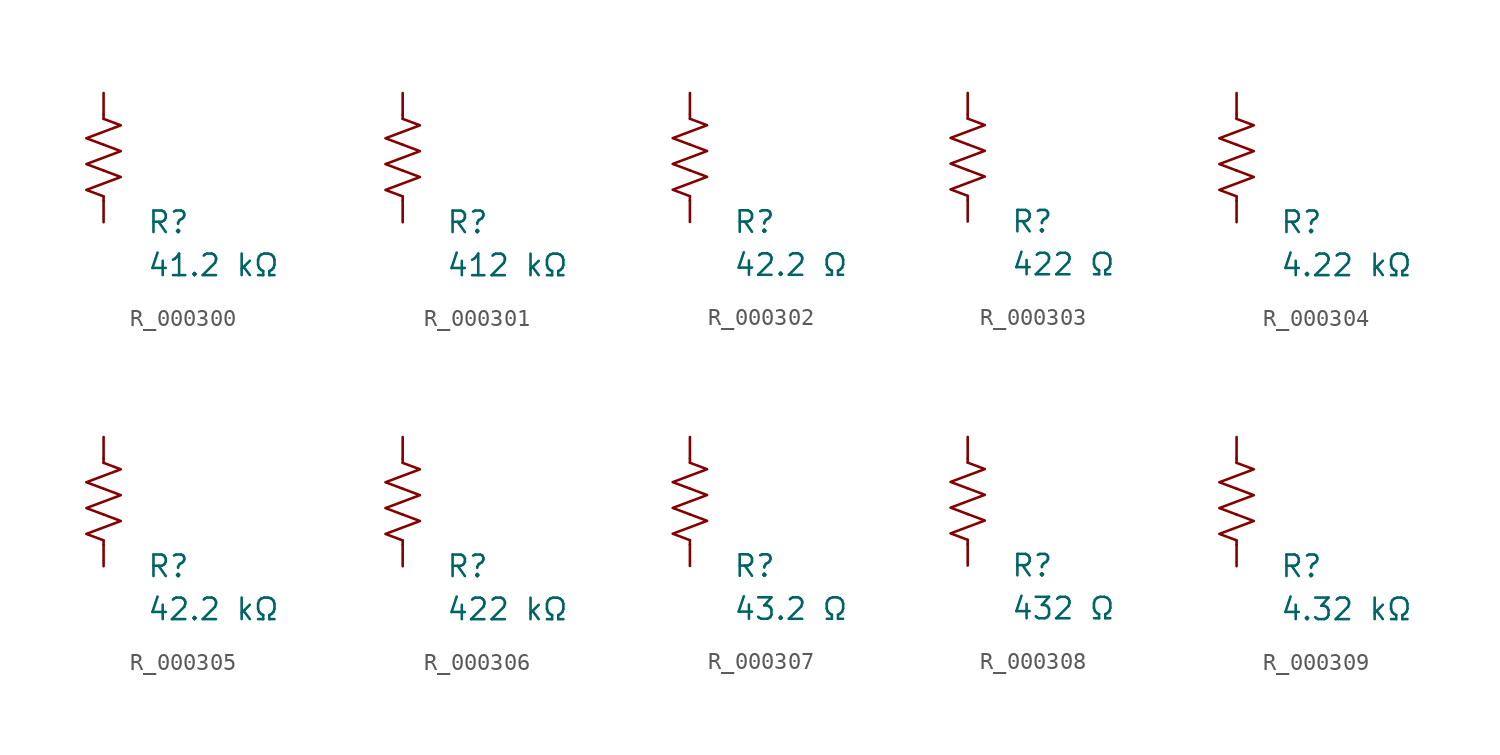
<source format=kicad_sym>
(kicad_symbol_lib
  (version 20231120)
  (generator "kicad_symbol_editor")
  (generator_version "8.0")
  (symbol "R_000300"
    (pin_numbers hide)
    (pin_names
      (offset 0))
    (property "Reference" "R"
      (at 2.54 -3.81 0)
      (effects (font (size 1.27 1.27)) (justify left))
      (show_name no))
    (property "Value" "41.2 kΩ"
      (at 2.54 -6.35 0)
      (effects (font (size 1.27 1.27)) (justify left))
      (show_name no))
    (symbol "R_000300_0_1"
      (polyline (pts (xy 0 -2.286) (xy 0 -2.54)) (stroke (width 0) (type default)) (fill (type none)))
      (polyline (pts (xy 0 2.286) (xy 0 2.54)) (stroke (width 0) (type default)) (fill (type none)))
      (polyline (pts (xy 0 -0.762) (xy 1.016 -1.143) (xy 0 -1.524) (xy -1.016 -1.905) (xy 0 -2.286)) (stroke (width 0) (type default)) (fill (type none)))
      (polyline (pts (xy 0 0.762) (xy 1.016 0.381) (xy 0 0) (xy -1.016 -0.381) (xy 0 -0.762)) (stroke (width 0) (type default)) (fill (type none)))
      (polyline (pts (xy 0 2.286) (xy 1.016 1.905) (xy 0 1.524) (xy -1.016 1.143) (xy 0 0.762)) (stroke (width 0) (type default)) (fill (type none))))
    (symbol "R_000300_1_1"
      (pin passive line (at 0 3.81 270) (length 1.27) (name "~" (effects (font (size 1.27 1.27)))) (number "1" (effects (font (size 1.27 1.27)))))
      (pin passive line (at 0 -3.81 90) (length 1.27) (name "~" (effects (font (size 1.27 1.27)))) (number "2" (effects (font (size 1.27 1.27)))))))
  (symbol "R_000301"
    (pin_numbers hide)
    (pin_names
      (offset 0))
    (property "Reference" "R"
      (at 2.54 -3.81 0)
      (effects (font (size 1.27 1.27)) (justify left))
      (show_name no))
    (property "Value" "412 kΩ"
      (at 2.54 -6.35 0)
      (effects (font (size 1.27 1.27)) (justify left))
      (show_name no))
    (symbol "R_000301_0_1"
      (polyline (pts (xy 0 -2.286) (xy 0 -2.54)) (stroke (width 0) (type default)) (fill (type none)))
      (polyline (pts (xy 0 2.286) (xy 0 2.54)) (stroke (width 0) (type default)) (fill (type none)))
      (polyline (pts (xy 0 -0.762) (xy 1.016 -1.143) (xy 0 -1.524) (xy -1.016 -1.905) (xy 0 -2.286)) (stroke (width 0) (type default)) (fill (type none)))
      (polyline (pts (xy 0 0.762) (xy 1.016 0.381) (xy 0 0) (xy -1.016 -0.381) (xy 0 -0.762)) (stroke (width 0) (type default)) (fill (type none)))
      (polyline (pts (xy 0 2.286) (xy 1.016 1.905) (xy 0 1.524) (xy -1.016 1.143) (xy 0 0.762)) (stroke (width 0) (type default)) (fill (type none))))
    (symbol "R_000301_1_1"
      (pin passive line (at 0 3.81 270) (length 1.27) (name "~" (effects (font (size 1.27 1.27)))) (number "1" (effects (font (size 1.27 1.27)))))
      (pin passive line (at 0 -3.81 90) (length 1.27) (name "~" (effects (font (size 1.27 1.27)))) (number "2" (effects (font (size 1.27 1.27)))))))
  (symbol "R_000302"
    (pin_numbers hide)
    (pin_names
      (offset 0))
    (property "Reference" "R"
      (at 2.54 -3.81 0)
      (effects (font (size 1.27 1.27)) (justify left))
      (show_name no))
    (property "Value" "42.2 Ω"
      (at 2.54 -6.35 0)
      (effects (font (size 1.27 1.27)) (justify left))
      (show_name no))
    (symbol "R_000302_0_1"
      (polyline (pts (xy 0 -2.286) (xy 0 -2.54)) (stroke (width 0) (type default)) (fill (type none)))
      (polyline (pts (xy 0 2.286) (xy 0 2.54)) (stroke (width 0) (type default)) (fill (type none)))
      (polyline (pts (xy 0 -0.762) (xy 1.016 -1.143) (xy 0 -1.524) (xy -1.016 -1.905) (xy 0 -2.286)) (stroke (width 0) (type default)) (fill (type none)))
      (polyline (pts (xy 0 0.762) (xy 1.016 0.381) (xy 0 0) (xy -1.016 -0.381) (xy 0 -0.762)) (stroke (width 0) (type default)) (fill (type none)))
      (polyline (pts (xy 0 2.286) (xy 1.016 1.905) (xy 0 1.524) (xy -1.016 1.143) (xy 0 0.762)) (stroke (width 0) (type default)) (fill (type none))))
    (symbol "R_000302_1_1"
      (pin passive line (at 0 3.81 270) (length 1.27) (name "~" (effects (font (size 1.27 1.27)))) (number "1" (effects (font (size 1.27 1.27)))))
      (pin passive line (at 0 -3.81 90) (length 1.27) (name "~" (effects (font (size 1.27 1.27)))) (number "2" (effects (font (size 1.27 1.27)))))))
  (symbol "R_000303"
    (pin_numbers hide)
    (pin_names
      (offset 0))
    (property "Reference" "R"
      (at 2.54 -3.81 0)
      (effects (font (size 1.27 1.27)) (justify left))
      (show_name no))
    (property "Value" "422 Ω"
      (at 2.54 -6.35 0)
      (effects (font (size 1.27 1.27)) (justify left))
      (show_name no))
    (symbol "R_000303_0_1"
      (polyline (pts (xy 0 -2.286) (xy 0 -2.54)) (stroke (width 0) (type default)) (fill (type none)))
      (polyline (pts (xy 0 2.286) (xy 0 2.54)) (stroke (width 0) (type default)) (fill (type none)))
      (polyline (pts (xy 0 -0.762) (xy 1.016 -1.143) (xy 0 -1.524) (xy -1.016 -1.905) (xy 0 -2.286)) (stroke (width 0) (type default)) (fill (type none)))
      (polyline (pts (xy 0 0.762) (xy 1.016 0.381) (xy 0 0) (xy -1.016 -0.381) (xy 0 -0.762)) (stroke (width 0) (type default)) (fill (type none)))
      (polyline (pts (xy 0 2.286) (xy 1.016 1.905) (xy 0 1.524) (xy -1.016 1.143) (xy 0 0.762)) (stroke (width 0) (type default)) (fill (type none))))
    (symbol "R_000303_1_1"
      (pin passive line (at 0 3.81 270) (length 1.27) (name "~" (effects (font (size 1.27 1.27)))) (number "1" (effects (font (size 1.27 1.27)))))
      (pin passive line (at 0 -3.81 90) (length 1.27) (name "~" (effects (font (size 1.27 1.27)))) (number "2" (effects (font (size 1.27 1.27)))))))
  (symbol "R_000304"
    (pin_numbers hide)
    (pin_names
      (offset 0))
    (property "Reference" "R"
      (at 2.54 -3.81 0)
      (effects (font (size 1.27 1.27)) (justify left))
      (show_name no))
    (property "Value" "4.22 kΩ"
      (at 2.54 -6.35 0)
      (effects (font (size 1.27 1.27)) (justify left))
      (show_name no))
    (symbol "R_000304_0_1"
      (polyline (pts (xy 0 -2.286) (xy 0 -2.54)) (stroke (width 0) (type default)) (fill (type none)))
      (polyline (pts (xy 0 2.286) (xy 0 2.54)) (stroke (width 0) (type default)) (fill (type none)))
      (polyline (pts (xy 0 -0.762) (xy 1.016 -1.143) (xy 0 -1.524) (xy -1.016 -1.905) (xy 0 -2.286)) (stroke (width 0) (type default)) (fill (type none)))
      (polyline (pts (xy 0 0.762) (xy 1.016 0.381) (xy 0 0) (xy -1.016 -0.381) (xy 0 -0.762)) (stroke (width 0) (type default)) (fill (type none)))
      (polyline (pts (xy 0 2.286) (xy 1.016 1.905) (xy 0 1.524) (xy -1.016 1.143) (xy 0 0.762)) (stroke (width 0) (type default)) (fill (type none))))
    (symbol "R_000304_1_1"
      (pin passive line (at 0 3.81 270) (length 1.27) (name "~" (effects (font (size 1.27 1.27)))) (number "1" (effects (font (size 1.27 1.27)))))
      (pin passive line (at 0 -3.81 90) (length 1.27) (name "~" (effects (font (size 1.27 1.27)))) (number "2" (effects (font (size 1.27 1.27)))))))
  (symbol "R_000305"
    (pin_numbers hide)
    (pin_names
      (offset 0))
    (property "Reference" "R"
      (at 2.54 -3.81 0)
      (effects (font (size 1.27 1.27)) (justify left))
      (show_name no))
    (property "Value" "42.2 kΩ"
      (at 2.54 -6.35 0)
      (effects (font (size 1.27 1.27)) (justify left))
      (show_name no))
    (symbol "R_000305_0_1"
      (polyline (pts (xy 0 -2.286) (xy 0 -2.54)) (stroke (width 0) (type default)) (fill (type none)))
      (polyline (pts (xy 0 2.286) (xy 0 2.54)) (stroke (width 0) (type default)) (fill (type none)))
      (polyline (pts (xy 0 -0.762) (xy 1.016 -1.143) (xy 0 -1.524) (xy -1.016 -1.905) (xy 0 -2.286)) (stroke (width 0) (type default)) (fill (type none)))
      (polyline (pts (xy 0 0.762) (xy 1.016 0.381) (xy 0 0) (xy -1.016 -0.381) (xy 0 -0.762)) (stroke (width 0) (type default)) (fill (type none)))
      (polyline (pts (xy 0 2.286) (xy 1.016 1.905) (xy 0 1.524) (xy -1.016 1.143) (xy 0 0.762)) (stroke (width 0) (type default)) (fill (type none))))
    (symbol "R_000305_1_1"
      (pin passive line (at 0 3.81 270) (length 1.27) (name "~" (effects (font (size 1.27 1.27)))) (number "1" (effects (font (size 1.27 1.27)))))
      (pin passive line (at 0 -3.81 90) (length 1.27) (name "~" (effects (font (size 1.27 1.27)))) (number "2" (effects (font (size 1.27 1.27)))))))
  (symbol "R_000306"
    (pin_numbers hide)
    (pin_names
      (offset 0))
    (property "Reference" "R"
      (at 2.54 -3.81 0)
      (effects (font (size 1.27 1.27)) (justify left))
      (show_name no))
    (property "Value" "422 kΩ"
      (at 2.54 -6.35 0)
      (effects (font (size 1.27 1.27)) (justify left))
      (show_name no))
    (symbol "R_000306_0_1"
      (polyline (pts (xy 0 -2.286) (xy 0 -2.54)) (stroke (width 0) (type default)) (fill (type none)))
      (polyline (pts (xy 0 2.286) (xy 0 2.54)) (stroke (width 0) (type default)) (fill (type none)))
      (polyline (pts (xy 0 -0.762) (xy 1.016 -1.143) (xy 0 -1.524) (xy -1.016 -1.905) (xy 0 -2.286)) (stroke (width 0) (type default)) (fill (type none)))
      (polyline (pts (xy 0 0.762) (xy 1.016 0.381) (xy 0 0) (xy -1.016 -0.381) (xy 0 -0.762)) (stroke (width 0) (type default)) (fill (type none)))
      (polyline (pts (xy 0 2.286) (xy 1.016 1.905) (xy 0 1.524) (xy -1.016 1.143) (xy 0 0.762)) (stroke (width 0) (type default)) (fill (type none))))
    (symbol "R_000306_1_1"
      (pin passive line (at 0 3.81 270) (length 1.27) (name "~" (effects (font (size 1.27 1.27)))) (number "1" (effects (font (size 1.27 1.27)))))
      (pin passive line (at 0 -3.81 90) (length 1.27) (name "~" (effects (font (size 1.27 1.27)))) (number "2" (effects (font (size 1.27 1.27)))))))
  (symbol "R_000307"
    (pin_numbers hide)
    (pin_names
      (offset 0))
    (property "Reference" "R"
      (at 2.54 -3.81 0)
      (effects (font (size 1.27 1.27)) (justify left))
      (show_name no))
    (property "Value" "43.2 Ω"
      (at 2.54 -6.35 0)
      (effects (font (size 1.27 1.27)) (justify left))
      (show_name no))
    (symbol "R_000307_0_1"
      (polyline (pts (xy 0 -2.286) (xy 0 -2.54)) (stroke (width 0) (type default)) (fill (type none)))
      (polyline (pts (xy 0 2.286) (xy 0 2.54)) (stroke (width 0) (type default)) (fill (type none)))
      (polyline (pts (xy 0 -0.762) (xy 1.016 -1.143) (xy 0 -1.524) (xy -1.016 -1.905) (xy 0 -2.286)) (stroke (width 0) (type default)) (fill (type none)))
      (polyline (pts (xy 0 0.762) (xy 1.016 0.381) (xy 0 0) (xy -1.016 -0.381) (xy 0 -0.762)) (stroke (width 0) (type default)) (fill (type none)))
      (polyline (pts (xy 0 2.286) (xy 1.016 1.905) (xy 0 1.524) (xy -1.016 1.143) (xy 0 0.762)) (stroke (width 0) (type default)) (fill (type none))))
    (symbol "R_000307_1_1"
      (pin passive line (at 0 3.81 270) (length 1.27) (name "~" (effects (font (size 1.27 1.27)))) (number "1" (effects (font (size 1.27 1.27)))))
      (pin passive line (at 0 -3.81 90) (length 1.27) (name "~" (effects (font (size 1.27 1.27)))) (number "2" (effects (font (size 1.27 1.27)))))))
  (symbol "R_000308"
    (pin_numbers hide)
    (pin_names
      (offset 0))
    (property "Reference" "R"
      (at 2.54 -3.81 0)
      (effects (font (size 1.27 1.27)) (justify left))
      (show_name no))
    (property "Value" "432 Ω"
      (at 2.54 -6.35 0)
      (effects (font (size 1.27 1.27)) (justify left))
      (show_name no))
    (symbol "R_000308_0_1"
      (polyline (pts (xy 0 -2.286) (xy 0 -2.54)) (stroke (width 0) (type default)) (fill (type none)))
      (polyline (pts (xy 0 2.286) (xy 0 2.54)) (stroke (width 0) (type default)) (fill (type none)))
      (polyline (pts (xy 0 -0.762) (xy 1.016 -1.143) (xy 0 -1.524) (xy -1.016 -1.905) (xy 0 -2.286)) (stroke (width 0) (type default)) (fill (type none)))
      (polyline (pts (xy 0 0.762) (xy 1.016 0.381) (xy 0 0) (xy -1.016 -0.381) (xy 0 -0.762)) (stroke (width 0) (type default)) (fill (type none)))
      (polyline (pts (xy 0 2.286) (xy 1.016 1.905) (xy 0 1.524) (xy -1.016 1.143) (xy 0 0.762)) (stroke (width 0) (type default)) (fill (type none))))
    (symbol "R_000308_1_1"
      (pin passive line (at 0 3.81 270) (length 1.27) (name "~" (effects (font (size 1.27 1.27)))) (number "1" (effects (font (size 1.27 1.27)))))
      (pin passive line (at 0 -3.81 90) (length 1.27) (name "~" (effects (font (size 1.27 1.27)))) (number "2" (effects (font (size 1.27 1.27)))))))
  (symbol "R_000309"
    (pin_numbers hide)
    (pin_names
      (offset 0))
    (property "Reference" "R"
      (at 2.54 -3.81 0)
      (effects (font (size 1.27 1.27)) (justify left))
      (show_name no))
    (property "Value" "4.32 kΩ"
      (at 2.54 -6.35 0)
      (effects (font (size 1.27 1.27)) (justify left))
      (show_name no))
    (symbol "R_000309_0_1"
      (polyline (pts (xy 0 -2.286) (xy 0 -2.54)) (stroke (width 0) (type default)) (fill (type none)))
      (polyline (pts (xy 0 2.286) (xy 0 2.54)) (stroke (width 0) (type default)) (fill (type none)))
      (polyline (pts (xy 0 -0.762) (xy 1.016 -1.143) (xy 0 -1.524) (xy -1.016 -1.905) (xy 0 -2.286)) (stroke (width 0) (type default)) (fill (type none)))
      (polyline (pts (xy 0 0.762) (xy 1.016 0.381) (xy 0 0) (xy -1.016 -0.381) (xy 0 -0.762)) (stroke (width 0) (type default)) (fill (type none)))
      (polyline (pts (xy 0 2.286) (xy 1.016 1.905) (xy 0 1.524) (xy -1.016 1.143) (xy 0 0.762)) (stroke (width 0) (type default)) (fill (type none))))
    (symbol "R_000309_1_1"
      (pin passive line (at 0 3.81 270) (length 1.27) (name "~" (effects (font (size 1.27 1.27)))) (number "1" (effects (font (size 1.27 1.27)))))
      (pin passive line (at 0 -3.81 90) (length 1.27) (name "~" (effects (font (size 1.27 1.27)))) (number "2" (effects (font (size 1.27 1.27))))))))
</source>
